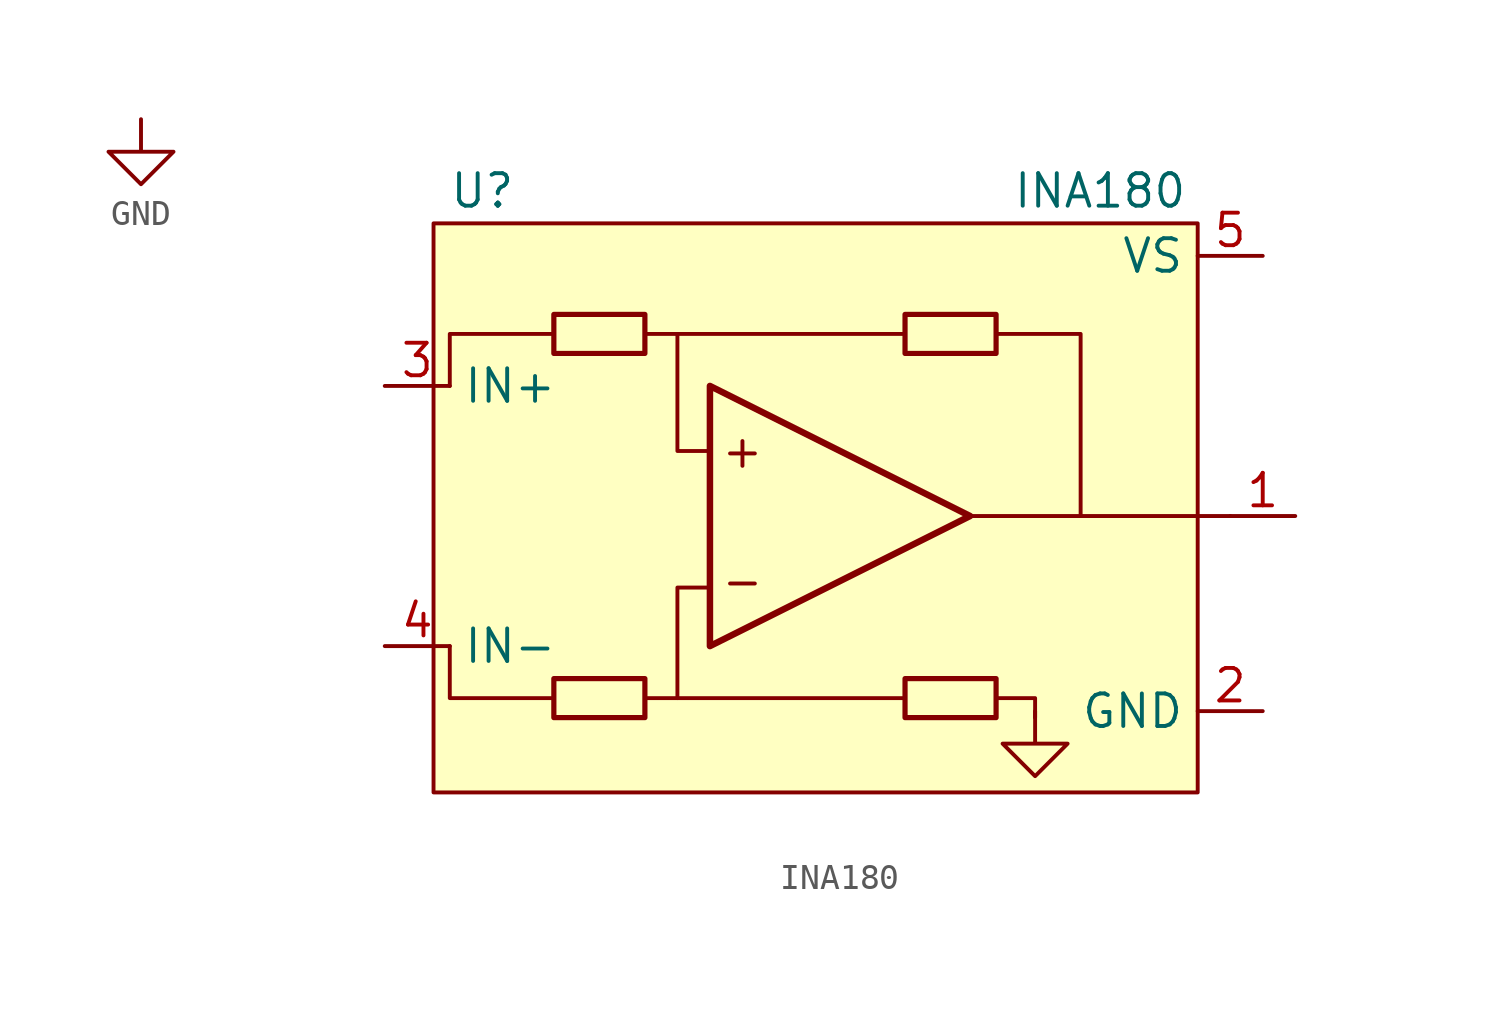
<source format=kicad_sym>
(kicad_symbol_lib
  (version 20211014)
  (generator kicad_symbol_editor)
  (symbol "GND"
    (power)
    (pin_names
      (offset 0))
    (property "Reference" "#PWR?"
      (at 0 -6.35 0)
      (effects (font (size 1.27 1.27)) hide))
    (symbol "GND_0_1"
      (polyline (pts (xy 0 0) (xy 0 -1.27) (xy 1.27 -1.27) (xy 0 -2.54) (xy -1.27 -1.27) (xy 0 -1.27)) (stroke (width 0) (type default) (color 0 0 0 0)) (fill (type none))))
    (symbol "GND_1_1"
      (pin power_in line (at 0 0 270) (length 0) hide (name "GND" (effects (font (size 1.27 1.27)))) (number "1" (effects (font (size 1.27 1.27)))))))
  (symbol "INA180"
    (property "Reference" "U"
      (at -13.97 12.7 0)
      (effects (font (size 1.27 1.27))))
    (property "Value" "INA180"
      (at 10.16 12.7 0)
      (effects (font (size 1.27 1.27))))
    (symbol "INA180_0_0"
      (polyline (pts (xy -6.35 -7.112) (xy 2.54 -7.112)) (stroke (width 0) (type default) (color 0 0 0 0)) (fill (type none)))
      (polyline (pts (xy 2.54 7.112) (xy -7.62 7.112)) (stroke (width 0) (type default) (color 0 0 0 0)) (fill (type none)))
      (polyline (pts (xy 15.24 0) (xy 5.08 0)) (stroke (width 0) (type default) (color 0 0 0 0)) (fill (type none)))
      (polyline (pts (xy -11.176 -7.112) (xy -15.24 -7.112) (xy -15.24 -5.08)) (stroke (width 0) (type default) (color 0 0 0 0)) (fill (type none)))
      (polyline (pts (xy -11.176 7.112) (xy -15.24 7.112) (xy -15.24 5.08)) (stroke (width 0) (type default) (color 0 0 0 0)) (fill (type none)))
      (polyline (pts (xy -5.08 2.54) (xy -6.35 2.54) (xy -6.35 7.112)) (stroke (width 0) (type default) (color 0 0 0 0)) (fill (type none)))
      (polyline (pts (xy 6.096 -7.112) (xy 7.62 -7.112) (xy 7.62 -7.874)) (stroke (width 0) (type default) (color 0 0 0 0)) (fill (type none)))
      (polyline (pts (xy 6.096 7.112) (xy 9.398 7.112) (xy 9.398 0)) (stroke (width 0) (type default) (color 0 0 0 0)) (fill (type none)))
      (polyline (pts (xy -7.62 -7.112) (xy -6.35 -7.112) (xy -6.35 -2.794) (xy -5.08 -2.794)) (stroke (width 0) (type default) (color 0 0 0 0)) (fill (type none)))
      (rectangle (start 13.97 11.43) (end -15.875 -10.795) (stroke (width 0) (type default) (color 0 0 0 0)) (fill (type background)))
      (text "+" (at -3.81 2.54 0) (effects (font (size 1.27 1.27))))
      (text "-" (at -3.81 -2.54 0) (effects (font (size 1.27 1.27)))))
    (symbol "INA180_0_1"
      (rectangle (start -11.176 -7.874) (end -7.62 -6.35) (stroke (width 0.203) (type default) (color 0 0 0 0)) (fill (type none)))
      (rectangle (start -11.176 6.35) (end -7.62 7.874) (stroke (width 0.203) (type default) (color 0 0 0 0)) (fill (type none)))
      (polyline (pts (xy 7.62 -7.62) (xy 7.62 -8.89) (xy 8.89 -8.89) (xy 7.62 -10.16) (xy 6.35 -8.89) (xy 7.62 -8.89)) (stroke (width 0) (type default) (color 0 0 0 0)) (fill (type none)))
      (rectangle (start 2.54 -7.874) (end 6.096 -6.35) (stroke (width 0.203) (type default) (color 0 0 0 0)) (fill (type none)))
      (rectangle (start 2.54 6.35) (end 6.096 7.874) (stroke (width 0.203) (type default) (color 0 0 0 0)) (fill (type none))))
    (symbol "INA180_1_1"
      (polyline (pts (xy -5.08 5.08) (xy 5.08 0) (xy -5.08 -5.08) (xy -5.08 5.08)) (stroke (width 0.254) (type default) (color 0 0 0 0)) (fill (type background)))
      (pin output line (at 17.78 0 180) (length 2.54) (name "~" (effects (font (size 1.27 1.27)))) (number "1" (effects (font (size 1.27 1.27)))))
      (pin power_in line (at 16.51 -7.62 180) (length 2.54) (name "GND" (effects (font (size 1.27 1.27)))) (number "2" (effects (font (size 1.27 1.27)))))
      (pin input line (at -17.78 5.08 0) (length 2.54) (name "IN+" (effects (font (size 1.27 1.27)))) (number "3" (effects (font (size 1.27 1.27)))))
      (pin input line (at -17.78 -5.08 0) (length 2.54) (name "IN-" (effects (font (size 1.27 1.27)))) (number "4" (effects (font (size 1.27 1.27)))))
      (pin power_in line (at 16.51 10.16 180) (length 2.54) (name "VS" (effects (font (size 1.27 1.27)))) (number "5" (effects (font (size 1.27 1.27))))))))
</source>
